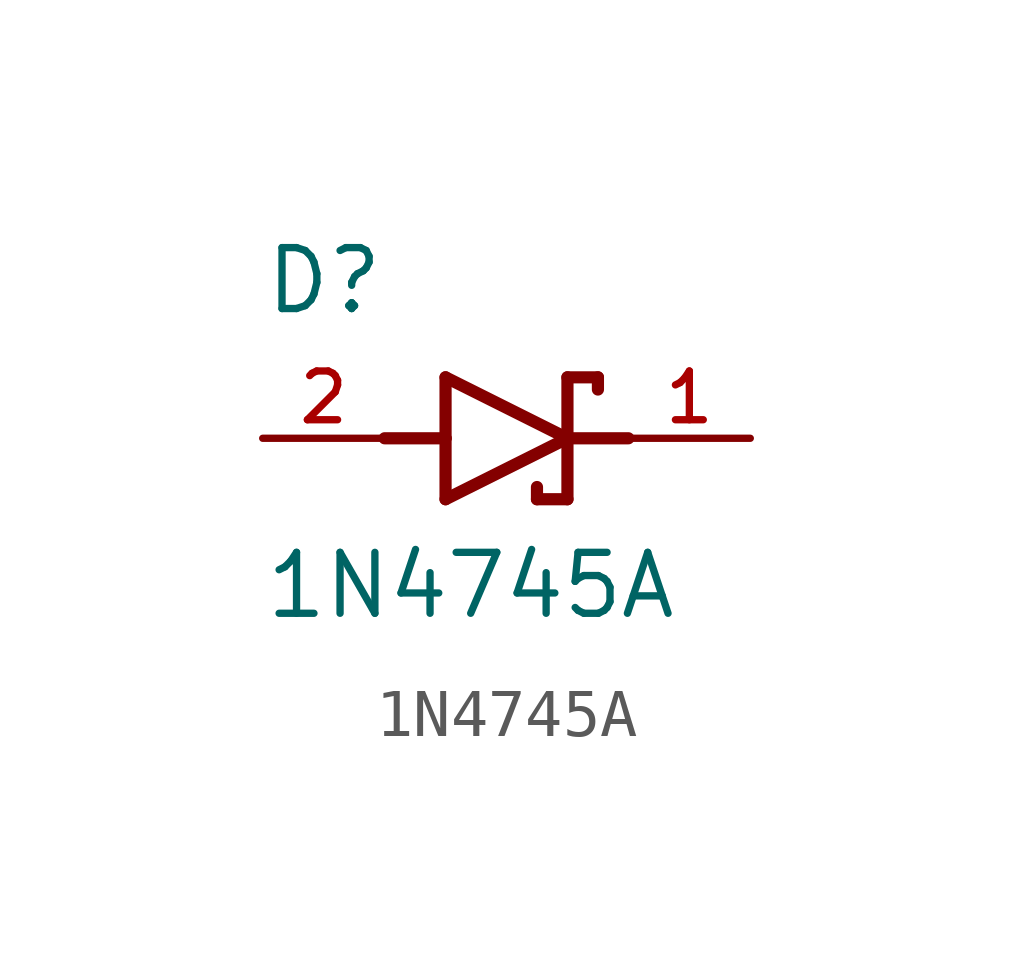
<source format=kicad_sym>
(kicad_symbol_lib
  (version 20211014)
  (generator kicad_symbol_editor)
  (symbol "1N4745A"
    (pin_names
      (offset 1.016))
    (property "Reference" "D"
      (at -5.08 2.54 0)
      (effects (font (size 1.27 1.27)) (justify bottom left)))
    (property "Value" "1N4745A"
      (at -5.08 -3.81 0)
      (effects (font (size 1.27 1.27)) (justify bottom left)))
    (symbol "1N4745A_0_0"
      (polyline (pts (xy -1.27 -1.27) (xy 1.27 0.0)) (stroke (width 0.254)))
      (polyline (pts (xy 1.27 0.0) (xy -1.27 1.27)) (stroke (width 0.254)))
      (polyline (pts (xy 1.905 1.27) (xy 1.27 1.27)) (stroke (width 0.254)))
      (polyline (pts (xy 1.27 1.27) (xy 1.27 0.0)) (stroke (width 0.254)))
      (polyline (pts (xy -1.27 1.27) (xy -1.27 0.0)) (stroke (width 0.254)))
      (polyline (pts (xy -1.27 0.0) (xy -1.27 -1.27)) (stroke (width 0.254)))
      (polyline (pts (xy 1.27 0.0) (xy 1.27 -1.27)) (stroke (width 0.254)))
      (polyline (pts (xy 1.905 1.27) (xy 1.905 1.016)) (stroke (width 0.254)))
      (polyline (pts (xy 1.27 -1.27) (xy 0.635 -1.27)) (stroke (width 0.254)))
      (polyline (pts (xy 0.635 -1.016) (xy 0.635 -1.27)) (stroke (width 0.254)))
      (polyline (pts (xy -2.54 0.0) (xy -1.27 0.0)) (stroke (width 0.254)))
      (polyline (pts (xy 2.54 0.0) (xy 1.27 0.0)) (stroke (width 0.254)))
      (pin passive line (at 5.08 0.0 180.0) (length 2.54) (name "~" (effects (font (size 1.016 1.016)))) (number "1" (effects (font (size 1.016 1.016)))))
      (pin passive line (at -5.08 0.0 0) (length 2.54) (name "~" (effects (font (size 1.016 1.016)))) (number "2" (effects (font (size 1.016 1.016))))))))
</source>
